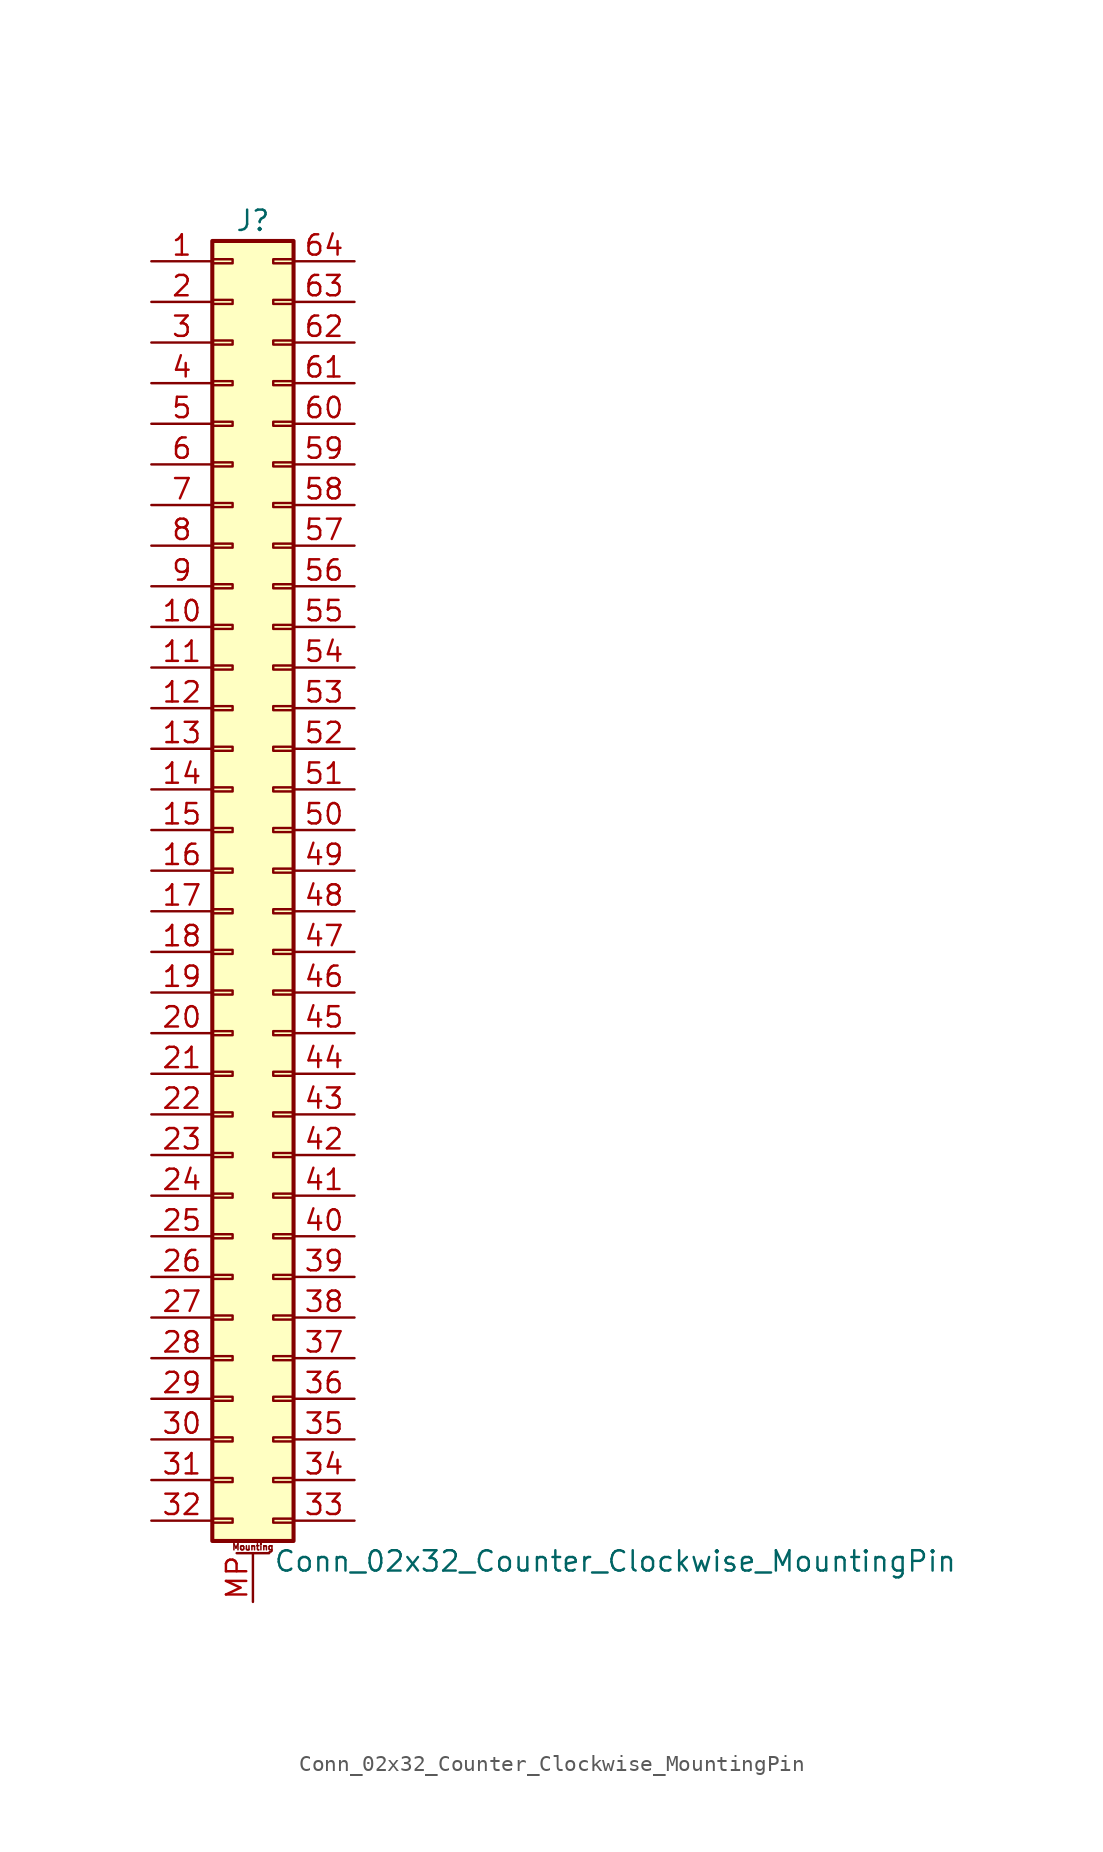
<source format=kicad_sym>
(kicad_symbol_lib
  (version 20201005)
  (generator kicad_symbol_editor)
  (symbol "Conn_02x32_Counter_Clockwise_MountingPin"
    (pin_names
      (offset 1.016) hide)
    (property "Reference" "J"
      (at 1.27 40.64 0)
      (effects (font (size 1.27 1.27))))
    (property "Value" "Conn_02x32_Counter_Clockwise_MountingPin"
      (at 2.54 -43.18 0)
      (effects (font (size 1.27 1.27)) (justify left)))
    (symbol "Conn_02x32_Counter_Clockwise_MountingPin_1_1"
      (text "Mounting" (at 1.27 -42.291 0) (effects (font (size 0.381 0.381))))
      (rectangle (start -1.27 -40.513) (end 0 -40.767) (stroke (width 0.152)) (fill (type none)))
      (rectangle (start -1.27 -37.973) (end 0 -38.227) (stroke (width 0.152)) (fill (type none)))
      (rectangle (start -1.27 -35.433) (end 0 -35.687) (stroke (width 0.152)) (fill (type none)))
      (rectangle (start -1.27 -32.893) (end 0 -33.147) (stroke (width 0.152)) (fill (type none)))
      (rectangle (start -1.27 -30.353) (end 0 -30.607) (stroke (width 0.152)) (fill (type none)))
      (rectangle (start -1.27 -27.813) (end 0 -28.067) (stroke (width 0.152)) (fill (type none)))
      (rectangle (start -1.27 -25.273) (end 0 -25.527) (stroke (width 0.152)) (fill (type none)))
      (rectangle (start -1.27 -22.733) (end 0 -22.987) (stroke (width 0.152)) (fill (type none)))
      (rectangle (start -1.27 -20.193) (end 0 -20.447) (stroke (width 0.152)) (fill (type none)))
      (rectangle (start -1.27 -17.653) (end 0 -17.907) (stroke (width 0.152)) (fill (type none)))
      (rectangle (start -1.27 -15.113) (end 0 -15.367) (stroke (width 0.152)) (fill (type none)))
      (rectangle (start -1.27 -12.573) (end 0 -12.827) (stroke (width 0.152)) (fill (type none)))
      (rectangle (start -1.27 -10.033) (end 0 -10.287) (stroke (width 0.152)) (fill (type none)))
      (rectangle (start -1.27 -7.493) (end 0 -7.747) (stroke (width 0.152)) (fill (type none)))
      (rectangle (start -1.27 -4.953) (end 0 -5.207) (stroke (width 0.152)) (fill (type none)))
      (rectangle (start -1.27 -2.413) (end 0 -2.667) (stroke (width 0.152)) (fill (type none)))
      (rectangle (start -1.27 0.127) (end 0 -0.127) (stroke (width 0.152)) (fill (type none)))
      (rectangle (start -1.27 2.667) (end 0 2.413) (stroke (width 0.152)) (fill (type none)))
      (rectangle (start -1.27 5.207) (end 0 4.953) (stroke (width 0.152)) (fill (type none)))
      (rectangle (start -1.27 7.747) (end 0 7.493) (stroke (width 0.152)) (fill (type none)))
      (rectangle (start -1.27 10.287) (end 0 10.033) (stroke (width 0.152)) (fill (type none)))
      (rectangle (start -1.27 12.827) (end 0 12.573) (stroke (width 0.152)) (fill (type none)))
      (rectangle (start -1.27 15.367) (end 0 15.113) (stroke (width 0.152)) (fill (type none)))
      (rectangle (start -1.27 17.907) (end 0 17.653) (stroke (width 0.152)) (fill (type none)))
      (rectangle (start -1.27 20.447) (end 0 20.193) (stroke (width 0.152)) (fill (type none)))
      (rectangle (start -1.27 22.987) (end 0 22.733) (stroke (width 0.152)) (fill (type none)))
      (rectangle (start -1.27 25.527) (end 0 25.273) (stroke (width 0.152)) (fill (type none)))
      (rectangle (start -1.27 28.067) (end 0 27.813) (stroke (width 0.152)) (fill (type none)))
      (rectangle (start -1.27 30.607) (end 0 30.353) (stroke (width 0.152)) (fill (type none)))
      (rectangle (start -1.27 33.147) (end 0 32.893) (stroke (width 0.152)) (fill (type none)))
      (rectangle (start -1.27 35.687) (end 0 35.433) (stroke (width 0.152)) (fill (type none)))
      (rectangle (start -1.27 38.227) (end 0 37.973) (stroke (width 0.152)) (fill (type none)))
      (rectangle (start 3.81 -40.513) (end 2.54 -40.767) (stroke (width 0.152)) (fill (type none)))
      (rectangle (start 3.81 -37.973) (end 2.54 -38.227) (stroke (width 0.152)) (fill (type none)))
      (rectangle (start 3.81 -35.433) (end 2.54 -35.687) (stroke (width 0.152)) (fill (type none)))
      (rectangle (start 3.81 -32.893) (end 2.54 -33.147) (stroke (width 0.152)) (fill (type none)))
      (rectangle (start 3.81 -30.353) (end 2.54 -30.607) (stroke (width 0.152)) (fill (type none)))
      (rectangle (start 3.81 -27.813) (end 2.54 -28.067) (stroke (width 0.152)) (fill (type none)))
      (rectangle (start 3.81 -25.273) (end 2.54 -25.527) (stroke (width 0.152)) (fill (type none)))
      (rectangle (start 3.81 -22.733) (end 2.54 -22.987) (stroke (width 0.152)) (fill (type none)))
      (rectangle (start 3.81 -20.193) (end 2.54 -20.447) (stroke (width 0.152)) (fill (type none)))
      (rectangle (start 3.81 -17.653) (end 2.54 -17.907) (stroke (width 0.152)) (fill (type none)))
      (rectangle (start 3.81 -15.113) (end 2.54 -15.367) (stroke (width 0.152)) (fill (type none)))
      (rectangle (start 3.81 -12.573) (end 2.54 -12.827) (stroke (width 0.152)) (fill (type none)))
      (rectangle (start 3.81 -10.033) (end 2.54 -10.287) (stroke (width 0.152)) (fill (type none)))
      (rectangle (start 3.81 -7.493) (end 2.54 -7.747) (stroke (width 0.152)) (fill (type none)))
      (rectangle (start 3.81 -4.953) (end 2.54 -5.207) (stroke (width 0.152)) (fill (type none)))
      (rectangle (start 3.81 -2.413) (end 2.54 -2.667) (stroke (width 0.152)) (fill (type none)))
      (rectangle (start 3.81 0.127) (end 2.54 -0.127) (stroke (width 0.152)) (fill (type none)))
      (rectangle (start 3.81 2.667) (end 2.54 2.413) (stroke (width 0.152)) (fill (type none)))
      (rectangle (start 3.81 5.207) (end 2.54 4.953) (stroke (width 0.152)) (fill (type none)))
      (rectangle (start 3.81 7.747) (end 2.54 7.493) (stroke (width 0.152)) (fill (type none)))
      (rectangle (start 3.81 10.287) (end 2.54 10.033) (stroke (width 0.152)) (fill (type none)))
      (rectangle (start 3.81 12.827) (end 2.54 12.573) (stroke (width 0.152)) (fill (type none)))
      (rectangle (start 3.81 15.367) (end 2.54 15.113) (stroke (width 0.152)) (fill (type none)))
      (rectangle (start 3.81 17.907) (end 2.54 17.653) (stroke (width 0.152)) (fill (type none)))
      (rectangle (start 3.81 20.447) (end 2.54 20.193) (stroke (width 0.152)) (fill (type none)))
      (rectangle (start 3.81 22.987) (end 2.54 22.733) (stroke (width 0.152)) (fill (type none)))
      (rectangle (start 3.81 25.527) (end 2.54 25.273) (stroke (width 0.152)) (fill (type none)))
      (rectangle (start 3.81 28.067) (end 2.54 27.813) (stroke (width 0.152)) (fill (type none)))
      (rectangle (start 3.81 30.607) (end 2.54 30.353) (stroke (width 0.152)) (fill (type none)))
      (rectangle (start 3.81 33.147) (end 2.54 32.893) (stroke (width 0.152)) (fill (type none)))
      (rectangle (start 3.81 35.687) (end 2.54 35.433) (stroke (width 0.152)) (fill (type none)))
      (rectangle (start 3.81 38.227) (end 2.54 37.973) (stroke (width 0.152)) (fill (type none)))
      (rectangle (start -1.27 39.37) (end 3.81 -41.91) (stroke (width 0.254)) (fill (type background)))
      (polyline (pts (xy 0.254 -42.672) (xy 2.286 -42.672)) (stroke (width 0.152)) (fill (type none)))
      (pin passive line (at -5.08 38.1 0) (length 3.81) (name "Pin_1" (effects (font (size 1.27 1.27)))) (number "1" (effects (font (size 1.27 1.27)))))
      (pin passive line (at -5.08 15.24 0) (length 3.81) (name "Pin_10" (effects (font (size 1.27 1.27)))) (number "10" (effects (font (size 1.27 1.27)))))
      (pin passive line (at -5.08 12.7 0) (length 3.81) (name "Pin_11" (effects (font (size 1.27 1.27)))) (number "11" (effects (font (size 1.27 1.27)))))
      (pin passive line (at -5.08 10.16 0) (length 3.81) (name "Pin_12" (effects (font (size 1.27 1.27)))) (number "12" (effects (font (size 1.27 1.27)))))
      (pin passive line (at -5.08 7.62 0) (length 3.81) (name "Pin_13" (effects (font (size 1.27 1.27)))) (number "13" (effects (font (size 1.27 1.27)))))
      (pin passive line (at -5.08 5.08 0) (length 3.81) (name "Pin_14" (effects (font (size 1.27 1.27)))) (number "14" (effects (font (size 1.27 1.27)))))
      (pin passive line (at -5.08 2.54 0) (length 3.81) (name "Pin_15" (effects (font (size 1.27 1.27)))) (number "15" (effects (font (size 1.27 1.27)))))
      (pin passive line (at -5.08 0 0) (length 3.81) (name "Pin_16" (effects (font (size 1.27 1.27)))) (number "16" (effects (font (size 1.27 1.27)))))
      (pin passive line (at -5.08 -2.54 0) (length 3.81) (name "Pin_17" (effects (font (size 1.27 1.27)))) (number "17" (effects (font (size 1.27 1.27)))))
      (pin passive line (at -5.08 -5.08 0) (length 3.81) (name "Pin_18" (effects (font (size 1.27 1.27)))) (number "18" (effects (font (size 1.27 1.27)))))
      (pin passive line (at -5.08 -7.62 0) (length 3.81) (name "Pin_19" (effects (font (size 1.27 1.27)))) (number "19" (effects (font (size 1.27 1.27)))))
      (pin passive line (at -5.08 35.56 0) (length 3.81) (name "Pin_2" (effects (font (size 1.27 1.27)))) (number "2" (effects (font (size 1.27 1.27)))))
      (pin passive line (at -5.08 -10.16 0) (length 3.81) (name "Pin_20" (effects (font (size 1.27 1.27)))) (number "20" (effects (font (size 1.27 1.27)))))
      (pin passive line (at -5.08 -12.7 0) (length 3.81) (name "Pin_21" (effects (font (size 1.27 1.27)))) (number "21" (effects (font (size 1.27 1.27)))))
      (pin passive line (at -5.08 -15.24 0) (length 3.81) (name "Pin_22" (effects (font (size 1.27 1.27)))) (number "22" (effects (font (size 1.27 1.27)))))
      (pin passive line (at -5.08 -17.78 0) (length 3.81) (name "Pin_23" (effects (font (size 1.27 1.27)))) (number "23" (effects (font (size 1.27 1.27)))))
      (pin passive line (at -5.08 -20.32 0) (length 3.81) (name "Pin_24" (effects (font (size 1.27 1.27)))) (number "24" (effects (font (size 1.27 1.27)))))
      (pin passive line (at -5.08 -22.86 0) (length 3.81) (name "Pin_25" (effects (font (size 1.27 1.27)))) (number "25" (effects (font (size 1.27 1.27)))))
      (pin passive line (at -5.08 -25.4 0) (length 3.81) (name "Pin_26" (effects (font (size 1.27 1.27)))) (number "26" (effects (font (size 1.27 1.27)))))
      (pin passive line (at -5.08 -27.94 0) (length 3.81) (name "Pin_27" (effects (font (size 1.27 1.27)))) (number "27" (effects (font (size 1.27 1.27)))))
      (pin passive line (at -5.08 -30.48 0) (length 3.81) (name "Pin_28" (effects (font (size 1.27 1.27)))) (number "28" (effects (font (size 1.27 1.27)))))
      (pin passive line (at -5.08 -33.02 0) (length 3.81) (name "Pin_29" (effects (font (size 1.27 1.27)))) (number "29" (effects (font (size 1.27 1.27)))))
      (pin passive line (at -5.08 33.02 0) (length 3.81) (name "Pin_3" (effects (font (size 1.27 1.27)))) (number "3" (effects (font (size 1.27 1.27)))))
      (pin passive line (at -5.08 -35.56 0) (length 3.81) (name "Pin_30" (effects (font (size 1.27 1.27)))) (number "30" (effects (font (size 1.27 1.27)))))
      (pin passive line (at -5.08 -38.1 0) (length 3.81) (name "Pin_31" (effects (font (size 1.27 1.27)))) (number "31" (effects (font (size 1.27 1.27)))))
      (pin passive line (at -5.08 -40.64 0) (length 3.81) (name "Pin_32" (effects (font (size 1.27 1.27)))) (number "32" (effects (font (size 1.27 1.27)))))
      (pin passive line (at 7.62 -40.64 180) (length 3.81) (name "Pin_33" (effects (font (size 1.27 1.27)))) (number "33" (effects (font (size 1.27 1.27)))))
      (pin passive line (at 7.62 -38.1 180) (length 3.81) (name "Pin_34" (effects (font (size 1.27 1.27)))) (number "34" (effects (font (size 1.27 1.27)))))
      (pin passive line (at 7.62 -35.56 180) (length 3.81) (name "Pin_35" (effects (font (size 1.27 1.27)))) (number "35" (effects (font (size 1.27 1.27)))))
      (pin passive line (at 7.62 -33.02 180) (length 3.81) (name "Pin_36" (effects (font (size 1.27 1.27)))) (number "36" (effects (font (size 1.27 1.27)))))
      (pin passive line (at 7.62 -30.48 180) (length 3.81) (name "Pin_37" (effects (font (size 1.27 1.27)))) (number "37" (effects (font (size 1.27 1.27)))))
      (pin passive line (at 7.62 -27.94 180) (length 3.81) (name "Pin_38" (effects (font (size 1.27 1.27)))) (number "38" (effects (font (size 1.27 1.27)))))
      (pin passive line (at 7.62 -25.4 180) (length 3.81) (name "Pin_39" (effects (font (size 1.27 1.27)))) (number "39" (effects (font (size 1.27 1.27)))))
      (pin passive line (at -5.08 30.48 0) (length 3.81) (name "Pin_4" (effects (font (size 1.27 1.27)))) (number "4" (effects (font (size 1.27 1.27)))))
      (pin passive line (at 7.62 -22.86 180) (length 3.81) (name "Pin_40" (effects (font (size 1.27 1.27)))) (number "40" (effects (font (size 1.27 1.27)))))
      (pin passive line (at 7.62 -20.32 180) (length 3.81) (name "Pin_41" (effects (font (size 1.27 1.27)))) (number "41" (effects (font (size 1.27 1.27)))))
      (pin passive line (at 7.62 -17.78 180) (length 3.81) (name "Pin_42" (effects (font (size 1.27 1.27)))) (number "42" (effects (font (size 1.27 1.27)))))
      (pin passive line (at 7.62 -15.24 180) (length 3.81) (name "Pin_43" (effects (font (size 1.27 1.27)))) (number "43" (effects (font (size 1.27 1.27)))))
      (pin passive line (at 7.62 -12.7 180) (length 3.81) (name "Pin_44" (effects (font (size 1.27 1.27)))) (number "44" (effects (font (size 1.27 1.27)))))
      (pin passive line (at 7.62 -10.16 180) (length 3.81) (name "Pin_45" (effects (font (size 1.27 1.27)))) (number "45" (effects (font (size 1.27 1.27)))))
      (pin passive line (at 7.62 -7.62 180) (length 3.81) (name "Pin_46" (effects (font (size 1.27 1.27)))) (number "46" (effects (font (size 1.27 1.27)))))
      (pin passive line (at 7.62 -5.08 180) (length 3.81) (name "Pin_47" (effects (font (size 1.27 1.27)))) (number "47" (effects (font (size 1.27 1.27)))))
      (pin passive line (at 7.62 -2.54 180) (length 3.81) (name "Pin_48" (effects (font (size 1.27 1.27)))) (number "48" (effects (font (size 1.27 1.27)))))
      (pin passive line (at 7.62 0 180) (length 3.81) (name "Pin_49" (effects (font (size 1.27 1.27)))) (number "49" (effects (font (size 1.27 1.27)))))
      (pin passive line (at -5.08 27.94 0) (length 3.81) (name "Pin_5" (effects (font (size 1.27 1.27)))) (number "5" (effects (font (size 1.27 1.27)))))
      (pin passive line (at 7.62 2.54 180) (length 3.81) (name "Pin_50" (effects (font (size 1.27 1.27)))) (number "50" (effects (font (size 1.27 1.27)))))
      (pin passive line (at 7.62 5.08 180) (length 3.81) (name "Pin_51" (effects (font (size 1.27 1.27)))) (number "51" (effects (font (size 1.27 1.27)))))
      (pin passive line (at 7.62 7.62 180) (length 3.81) (name "Pin_52" (effects (font (size 1.27 1.27)))) (number "52" (effects (font (size 1.27 1.27)))))
      (pin passive line (at 7.62 10.16 180) (length 3.81) (name "Pin_53" (effects (font (size 1.27 1.27)))) (number "53" (effects (font (size 1.27 1.27)))))
      (pin passive line (at 7.62 12.7 180) (length 3.81) (name "Pin_54" (effects (font (size 1.27 1.27)))) (number "54" (effects (font (size 1.27 1.27)))))
      (pin passive line (at 7.62 15.24 180) (length 3.81) (name "Pin_55" (effects (font (size 1.27 1.27)))) (number "55" (effects (font (size 1.27 1.27)))))
      (pin passive line (at 7.62 17.78 180) (length 3.81) (name "Pin_56" (effects (font (size 1.27 1.27)))) (number "56" (effects (font (size 1.27 1.27)))))
      (pin passive line (at 7.62 20.32 180) (length 3.81) (name "Pin_57" (effects (font (size 1.27 1.27)))) (number "57" (effects (font (size 1.27 1.27)))))
      (pin passive line (at 7.62 22.86 180) (length 3.81) (name "Pin_58" (effects (font (size 1.27 1.27)))) (number "58" (effects (font (size 1.27 1.27)))))
      (pin passive line (at 7.62 25.4 180) (length 3.81) (name "Pin_59" (effects (font (size 1.27 1.27)))) (number "59" (effects (font (size 1.27 1.27)))))
      (pin passive line (at -5.08 25.4 0) (length 3.81) (name "Pin_6" (effects (font (size 1.27 1.27)))) (number "6" (effects (font (size 1.27 1.27)))))
      (pin passive line (at 7.62 27.94 180) (length 3.81) (name "Pin_60" (effects (font (size 1.27 1.27)))) (number "60" (effects (font (size 1.27 1.27)))))
      (pin passive line (at 7.62 30.48 180) (length 3.81) (name "Pin_61" (effects (font (size 1.27 1.27)))) (number "61" (effects (font (size 1.27 1.27)))))
      (pin passive line (at 7.62 33.02 180) (length 3.81) (name "Pin_62" (effects (font (size 1.27 1.27)))) (number "62" (effects (font (size 1.27 1.27)))))
      (pin passive line (at 7.62 35.56 180) (length 3.81) (name "Pin_63" (effects (font (size 1.27 1.27)))) (number "63" (effects (font (size 1.27 1.27)))))
      (pin passive line (at 7.62 38.1 180) (length 3.81) (name "Pin_64" (effects (font (size 1.27 1.27)))) (number "64" (effects (font (size 1.27 1.27)))))
      (pin passive line (at -5.08 22.86 0) (length 3.81) (name "Pin_7" (effects (font (size 1.27 1.27)))) (number "7" (effects (font (size 1.27 1.27)))))
      (pin passive line (at -5.08 20.32 0) (length 3.81) (name "Pin_8" (effects (font (size 1.27 1.27)))) (number "8" (effects (font (size 1.27 1.27)))))
      (pin passive line (at -5.08 17.78 0) (length 3.81) (name "Pin_9" (effects (font (size 1.27 1.27)))) (number "9" (effects (font (size 1.27 1.27)))))
      (pin passive line (at 1.27 -45.72 90) (length 3.048) (name "MountPin" (effects (font (size 1.27 1.27)))) (number "MP" (effects (font (size 1.27 1.27))))))))
</source>
